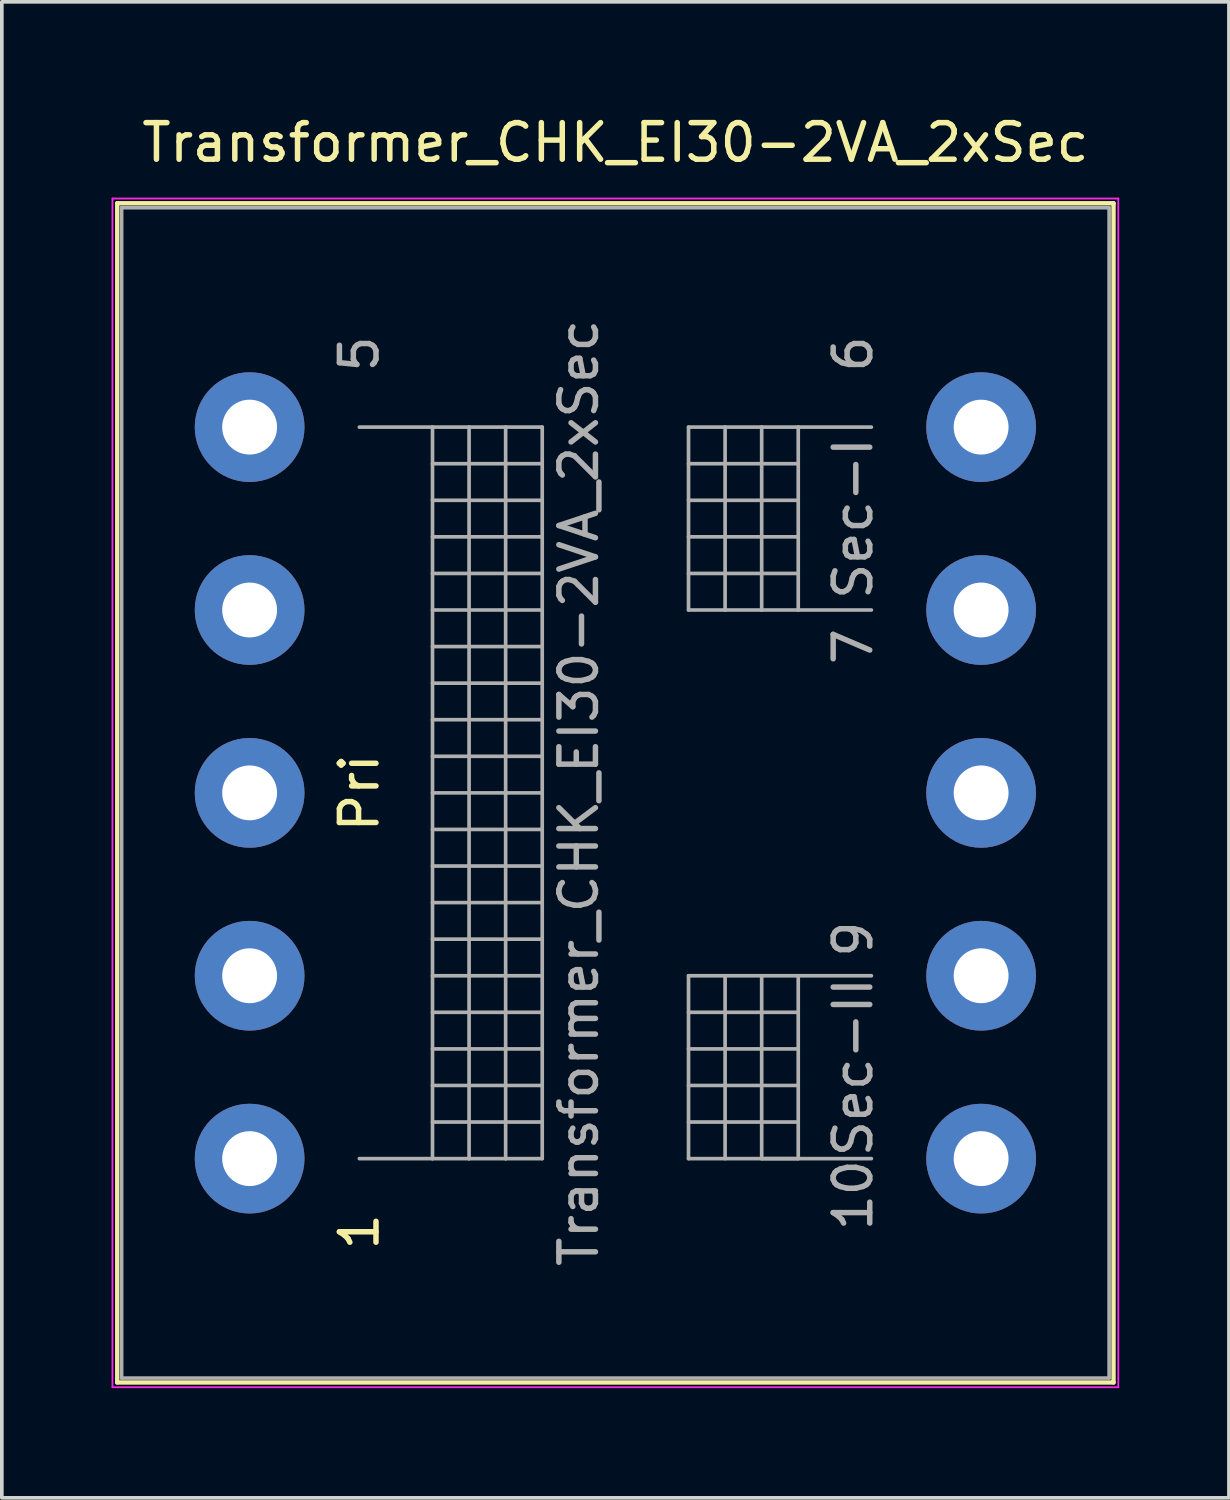
<source format=kicad_pcb>
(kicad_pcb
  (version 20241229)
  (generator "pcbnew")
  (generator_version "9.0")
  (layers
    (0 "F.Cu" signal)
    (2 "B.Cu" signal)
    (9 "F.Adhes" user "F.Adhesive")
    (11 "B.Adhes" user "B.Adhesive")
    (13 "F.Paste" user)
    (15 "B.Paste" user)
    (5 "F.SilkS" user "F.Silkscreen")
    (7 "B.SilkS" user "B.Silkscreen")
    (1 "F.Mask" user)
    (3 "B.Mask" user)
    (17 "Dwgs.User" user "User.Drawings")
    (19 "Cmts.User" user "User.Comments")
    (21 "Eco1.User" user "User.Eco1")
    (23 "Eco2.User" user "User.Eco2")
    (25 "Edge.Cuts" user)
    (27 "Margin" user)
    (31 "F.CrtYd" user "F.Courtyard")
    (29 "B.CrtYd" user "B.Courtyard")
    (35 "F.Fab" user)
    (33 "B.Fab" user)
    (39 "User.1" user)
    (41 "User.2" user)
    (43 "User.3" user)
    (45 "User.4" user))
  (footprint "Transformer_CHK_EI30-2VA_2xSec"
    (layer "F.Cu")
    (at 3.775 28.628)
    (property "Reference" "Transformer_CHK_EI30-2VA_2xSec" (at 10 -27.78 0) (layer "F.SilkS") (effects (font (size 1 1) (thickness 0.15))))
    (attr through_hole)
    (fp_line (start -3.62 -26.12) (end -3.62 6.12) (stroke (width 0.12) (type solid)) (layer "F.SilkS"))
    (fp_line (start -3.62 -26.12) (end 23.62 -26.12) (stroke (width 0.12) (type solid)) (layer "F.SilkS"))
    (fp_line (start 23.62 6.12) (end -3.62 6.12) (stroke (width 0.12) (type solid)) (layer "F.SilkS"))
    (fp_line (start 23.62 6.12) (end 23.62 -26.12) (stroke (width 0.12) (type solid)) (layer "F.SilkS"))
    (fp_line (start -3.75 -26.25) (end -3.75 6.25) (stroke (width 0.05) (type solid)) (layer "F.CrtYd"))
    (fp_line (start -3.75 -26.25) (end 23.75 -26.25) (stroke (width 0.05) (type solid)) (layer "F.CrtYd"))
    (fp_line (start 23.75 6.25) (end -3.75 6.25) (stroke (width 0.05) (type solid)) (layer "F.CrtYd"))
    (fp_line (start 23.75 6.25) (end 23.75 -26.25) (stroke (width 0.05) (type solid)) (layer "F.CrtYd"))
    (fp_line (start -3.5 -26) (end -3.5 6) (stroke (width 0.1) (type solid)) (layer "F.Fab"))
    (fp_line (start -3.5 6) (end 23.5 6) (stroke (width 0.1) (type solid)) (layer "F.Fab"))
    (fp_line (start 3 -20) (end 5 -20) (stroke (width 0.1) (type solid)) (layer "F.Fab"))
    (fp_line (start 5 -20) (end 5 0) (stroke (width 0.1) (type solid)) (layer "F.Fab"))
    (fp_line (start 5 -20) (end 6 -20) (stroke (width 0.1) (type solid)) (layer "F.Fab"))
    (fp_line (start 5 -19) (end 8 -19) (stroke (width 0.1) (type solid)) (layer "F.Fab"))
    (fp_line (start 5 -17) (end 8 -17) (stroke (width 0.1) (type solid)) (layer "F.Fab"))
    (fp_line (start 5 -15) (end 8 -15) (stroke (width 0.1) (type solid)) (layer "F.Fab"))
    (fp_line (start 5 -13) (end 8 -13) (stroke (width 0.1) (type solid)) (layer "F.Fab"))
    (fp_line (start 5 -11) (end 8 -11) (stroke (width 0.1) (type solid)) (layer "F.Fab"))
    (fp_line (start 5 -9) (end 8 -9) (stroke (width 0.1) (type solid)) (layer "F.Fab"))
    (fp_line (start 5 -7) (end 8 -7) (stroke (width 0.1) (type solid)) (layer "F.Fab"))
    (fp_line (start 5 -5) (end 8 -5) (stroke (width 0.1) (type solid)) (layer "F.Fab"))
    (fp_line (start 5 -3) (end 8 -3) (stroke (width 0.1) (type solid)) (layer "F.Fab"))
    (fp_line (start 5 -1) (end 8 -1) (stroke (width 0.1) (type solid)) (layer "F.Fab"))
    (fp_line (start 5 0) (end 3 0) (stroke (width 0.1) (type solid)) (layer "F.Fab"))
    (fp_line (start 6 -20) (end 6 0) (stroke (width 0.1) (type solid)) (layer "F.Fab"))
    (fp_line (start 6 -20) (end 7 -20) (stroke (width 0.1) (type solid)) (layer "F.Fab"))
    (fp_line (start 6 0) (end 5 0) (stroke (width 0.1) (type solid)) (layer "F.Fab"))
    (fp_line (start 7 -20) (end 7 0) (stroke (width 0.1) (type solid)) (layer "F.Fab"))
    (fp_line (start 7 -20) (end 8 -20) (stroke (width 0.1) (type solid)) (layer "F.Fab"))
    (fp_line (start 7 0) (end 6 0) (stroke (width 0.1) (type solid)) (layer "F.Fab"))
    (fp_line (start 8 -20) (end 8 0) (stroke (width 0.1) (type solid)) (layer "F.Fab"))
    (fp_line (start 8 -18) (end 5 -18) (stroke (width 0.1) (type solid)) (layer "F.Fab"))
    (fp_line (start 8 -16) (end 5 -16) (stroke (width 0.1) (type solid)) (layer "F.Fab"))
    (fp_line (start 8 -14) (end 5 -14) (stroke (width 0.1) (type solid)) (layer "F.Fab"))
    (fp_line (start 8 -12) (end 5 -12) (stroke (width 0.1) (type solid)) (layer "F.Fab"))
    (fp_line (start 8 -10) (end 5 -10) (stroke (width 0.1) (type solid)) (layer "F.Fab"))
    (fp_line (start 8 -8) (end 5 -8) (stroke (width 0.1) (type solid)) (layer "F.Fab"))
    (fp_line (start 8 -6) (end 5 -6) (stroke (width 0.1) (type solid)) (layer "F.Fab"))
    (fp_line (start 8 -4) (end 5 -4) (stroke (width 0.1) (type solid)) (layer "F.Fab"))
    (fp_line (start 8 -2) (end 5 -2) (stroke (width 0.1) (type solid)) (layer "F.Fab"))
    (fp_line (start 8 0) (end 7 0) (stroke (width 0.1) (type solid)) (layer "F.Fab"))
    (fp_line (start 12 -20) (end 12 -15) (stroke (width 0.1) (type solid)) (layer "F.Fab"))
    (fp_line (start 12 -19) (end 15 -19) (stroke (width 0.1) (type solid)) (layer "F.Fab"))
    (fp_line (start 12 -17) (end 15 -17) (stroke (width 0.1) (type solid)) (layer "F.Fab"))
    (fp_line (start 12 -15) (end 13 -15) (stroke (width 0.1) (type solid)) (layer "F.Fab"))
    (fp_line (start 12 -5) (end 12 0) (stroke (width 0.1) (type solid)) (layer "F.Fab"))
    (fp_line (start 12 -4) (end 15 -4) (stroke (width 0.1) (type solid)) (layer "F.Fab"))
    (fp_line (start 12 -2) (end 15 -2) (stroke (width 0.1) (type solid)) (layer "F.Fab"))
    (fp_line (start 12 0) (end 17 0) (stroke (width 0.1) (type solid)) (layer "F.Fab"))
    (fp_line (start 13 -20) (end 12 -20) (stroke (width 0.1) (type solid)) (layer "F.Fab"))
    (fp_line (start 13 -20) (end 13 -15) (stroke (width 0.1) (type solid)) (layer "F.Fab"))
    (fp_line (start 13 -15) (end 14 -15) (stroke (width 0.1) (type solid)) (layer "F.Fab"))
    (fp_line (start 13 -5) (end 13 0) (stroke (width 0.1) (type solid)) (layer "F.Fab"))
    (fp_line (start 14 -20) (end 13 -20) (stroke (width 0.1) (type solid)) (layer "F.Fab"))
    (fp_line (start 14 -20) (end 14 -15) (stroke (width 0.1) (type solid)) (layer "F.Fab"))
    (fp_line (start 14 -15) (end 15 -15) (stroke (width 0.1) (type solid)) (layer "F.Fab"))
    (fp_line (start 14 0) (end 14 -5) (stroke (width 0.1) (type solid)) (layer "F.Fab"))
    (fp_line (start 15 -20) (end 14 -20) (stroke (width 0.1) (type solid)) (layer "F.Fab"))
    (fp_line (start 15 -20) (end 15 -15) (stroke (width 0.1) (type solid)) (layer "F.Fab"))
    (fp_line (start 15 -18) (end 12 -18) (stroke (width 0.1) (type solid)) (layer "F.Fab"))
    (fp_line (start 15 -16) (end 12 -16) (stroke (width 0.1) (type solid)) (layer "F.Fab"))
    (fp_line (start 15 -15) (end 17 -15) (stroke (width 0.1) (type solid)) (layer "F.Fab"))
    (fp_line (start 15 -5) (end 15 0) (stroke (width 0.1) (type solid)) (layer "F.Fab"))
    (fp_line (start 15 -3) (end 12 -3) (stroke (width 0.1) (type solid)) (layer "F.Fab"))
    (fp_line (start 15 -1) (end 12 -1) (stroke (width 0.1) (type solid)) (layer "F.Fab"))
    (fp_line (start 15 0) (end 14 0) (stroke (width 0.1) (type solid)) (layer "F.Fab"))
    (fp_line (start 17 -20) (end 15 -20) (stroke (width 0.1) (type solid)) (layer "F.Fab"))
    (fp_line (start 17 -5) (end 12 -5) (stroke (width 0.1) (type solid)) (layer "F.Fab"))
    (fp_line (start 23.5 -26) (end -3.5 -26) (stroke (width 0.1) (type solid)) (layer "F.Fab"))
    (fp_line (start 23.5 6) (end 23.5 -26) (stroke (width 0.1) (type solid)) (layer "F.Fab"))
    (fp_text user "1" (at 3 2 90) (layer "F.SilkS") (effects (font (size 1 1) (thickness 0.15))))
    (fp_text user "Pri" (at 3 -10 90) (layer "F.SilkS") (effects (font (size 1 1) (thickness 0.15))))
    (fp_text user "${REFERENCE}" (at 9 -10 90) (layer "F.Fab") (effects (font (size 1 1) (thickness 0.15))))
    (fp_text user "5" (at 3 -22 90) (layer "F.Fab") (effects (font (size 1 1) (thickness 0.15))))
    (fp_text user "7" (at 16.5 -14 90) (layer "F.Fab") (effects (font (size 1 1) (thickness 0.15))))
    (fp_text user "9" (at 16.5 -6 90) (layer "F.Fab") (effects (font (size 1 1) (thickness 0.15))))
    (fp_text user "Sec-I" (at 16.5 -17.5 90) (layer "F.Fab") (effects (font (size 1 1) (thickness 0.15))))
    (fp_text user "6" (at 16.5 -22 90) (layer "F.Fab") (effects (font (size 1 1) (thickness 0.15))))
    (fp_text user "10" (at 16.5 1 90) (layer "F.Fab") (effects (font (size 1 1) (thickness 0.15))))
    (fp_text user "Sec-II" (at 16.5 -2.5 90) (layer "F.Fab") (effects (font (size 1 1) (thickness 0.15))))
    (pad "1" thru_hole circle (at 0 0) (size 3 3) (drill 1.5) (layers "*.Cu" "*.Mask"))
    (pad "2" thru_hole circle (at 0 -5) (size 3 3) (drill 1.5) (layers "*.Cu" "*.Mask"))
    (pad "3" thru_hole circle (at 0 -10) (size 3 3) (drill 1.5) (layers "*.Cu" "*.Mask"))
    (pad "4" thru_hole circle (at 0 -15) (size 3 3) (drill 1.5) (layers "*.Cu" "*.Mask"))
    (pad "5" thru_hole circle (at 0 -20) (size 3 3) (drill 1.5) (layers "*.Cu" "*.Mask"))
    (pad "6" thru_hole circle (at 20 -20) (size 3 3) (drill 1.5) (layers "*.Cu" "*.Mask"))
    (pad "7" thru_hole circle (at 20 -15) (size 3 3) (drill 1.5) (layers "*.Cu" "*.Mask"))
    (pad "8" thru_hole circle (at 20 -10) (size 3 3) (drill 1.5) (layers "*.Cu" "*.Mask"))
    (pad "9" thru_hole circle (at 20 -5) (size 3 3) (drill 1.5) (layers "*.Cu" "*.Mask"))
    (pad "10" thru_hole circle (at 20 0) (size 3 3) (drill 1.5) (layers "*.Cu" "*.Mask")))
  (gr_rect
    (start -3 -3)
    (end 30.55 37.903)
    (stroke (width 0.1) (type default))
    (fill no)
    (layer "Edge.Cuts")))
</source>
